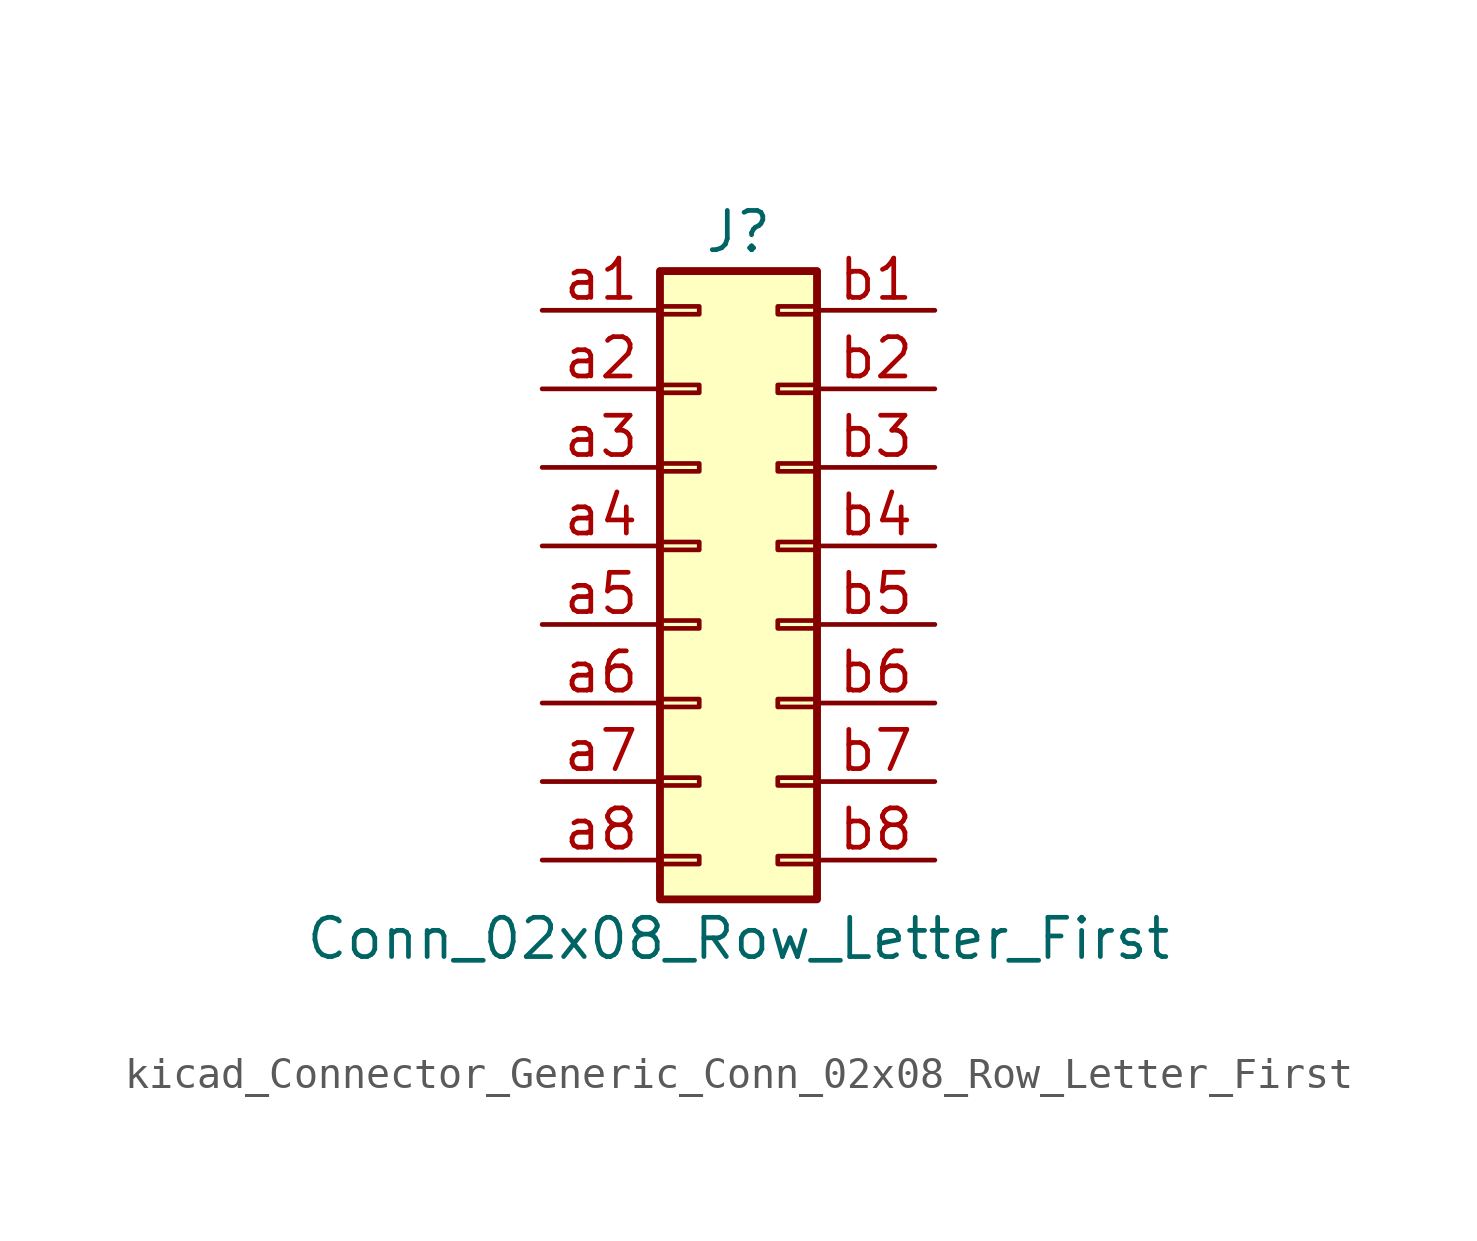
<source format=kicad_sym>
(kicad_symbol_lib
  (version 20220914)
  (generator kicad_symbol_editor)
  (symbol "kicad_Connector_Generic_Conn_02x08_Row_Letter_First"
    (pin_names
      (offset 1.016) hide)
    (property "Reference" "J"
      (at 1.27 10.16 0)
      (effects (font (size 1.27 1.27))))
    (property "Value" "Conn_02x08_Row_Letter_First"
      (at 1.27 -12.7 0)
      (effects (font (size 1.27 1.27))))
    (symbol "kicad_Connector_Generic_Conn_02x08_Row_Letter_First_1_1"
      (rectangle (start -1.27 -10.033) (end 0 -10.287) (stroke (width 0.152) (type default)) (fill (type none)))
      (rectangle (start -1.27 -7.493) (end 0 -7.747) (stroke (width 0.152) (type default)) (fill (type none)))
      (rectangle (start -1.27 -4.953) (end 0 -5.207) (stroke (width 0.152) (type default)) (fill (type none)))
      (rectangle (start -1.27 -2.413) (end 0 -2.667) (stroke (width 0.152) (type default)) (fill (type none)))
      (rectangle (start -1.27 0.127) (end 0 -0.127) (stroke (width 0.152) (type default)) (fill (type none)))
      (rectangle (start -1.27 2.667) (end 0 2.413) (stroke (width 0.152) (type default)) (fill (type none)))
      (rectangle (start -1.27 5.207) (end 0 4.953) (stroke (width 0.152) (type default)) (fill (type none)))
      (rectangle (start -1.27 7.747) (end 0 7.493) (stroke (width 0.152) (type default)) (fill (type none)))
      (rectangle (start -1.27 8.89) (end 3.81 -11.43) (stroke (width 0.254) (type default)) (fill (type background)))
      (rectangle (start 3.81 -10.033) (end 2.54 -10.287) (stroke (width 0.152) (type default)) (fill (type none)))
      (rectangle (start 3.81 -7.493) (end 2.54 -7.747) (stroke (width 0.152) (type default)) (fill (type none)))
      (rectangle (start 3.81 -4.953) (end 2.54 -5.207) (stroke (width 0.152) (type default)) (fill (type none)))
      (rectangle (start 3.81 -2.413) (end 2.54 -2.667) (stroke (width 0.152) (type default)) (fill (type none)))
      (rectangle (start 3.81 0.127) (end 2.54 -0.127) (stroke (width 0.152) (type default)) (fill (type none)))
      (rectangle (start 3.81 2.667) (end 2.54 2.413) (stroke (width 0.152) (type default)) (fill (type none)))
      (rectangle (start 3.81 5.207) (end 2.54 4.953) (stroke (width 0.152) (type default)) (fill (type none)))
      (rectangle (start 3.81 7.747) (end 2.54 7.493) (stroke (width 0.152) (type default)) (fill (type none)))
      (pin passive line (at -5.08 7.62 0) (length 3.81) (name "Pin_a1" (effects (font (size 1.27 1.27)))) (number "a1" (effects (font (size 1.27 1.27)))))
      (pin passive line (at -5.08 5.08 0) (length 3.81) (name "Pin_a2" (effects (font (size 1.27 1.27)))) (number "a2" (effects (font (size 1.27 1.27)))))
      (pin passive line (at -5.08 2.54 0) (length 3.81) (name "Pin_a3" (effects (font (size 1.27 1.27)))) (number "a3" (effects (font (size 1.27 1.27)))))
      (pin passive line (at -5.08 0 0) (length 3.81) (name "Pin_a4" (effects (font (size 1.27 1.27)))) (number "a4" (effects (font (size 1.27 1.27)))))
      (pin passive line (at -5.08 -2.54 0) (length 3.81) (name "Pin_a5" (effects (font (size 1.27 1.27)))) (number "a5" (effects (font (size 1.27 1.27)))))
      (pin passive line (at -5.08 -5.08 0) (length 3.81) (name "Pin_a6" (effects (font (size 1.27 1.27)))) (number "a6" (effects (font (size 1.27 1.27)))))
      (pin passive line (at -5.08 -7.62 0) (length 3.81) (name "Pin_a7" (effects (font (size 1.27 1.27)))) (number "a7" (effects (font (size 1.27 1.27)))))
      (pin passive line (at -5.08 -10.16 0) (length 3.81) (name "Pin_a8" (effects (font (size 1.27 1.27)))) (number "a8" (effects (font (size 1.27 1.27)))))
      (pin passive line (at 7.62 7.62 180) (length 3.81) (name "Pin_b1" (effects (font (size 1.27 1.27)))) (number "b1" (effects (font (size 1.27 1.27)))))
      (pin passive line (at 7.62 5.08 180) (length 3.81) (name "Pin_b2" (effects (font (size 1.27 1.27)))) (number "b2" (effects (font (size 1.27 1.27)))))
      (pin passive line (at 7.62 2.54 180) (length 3.81) (name "Pin_b3" (effects (font (size 1.27 1.27)))) (number "b3" (effects (font (size 1.27 1.27)))))
      (pin passive line (at 7.62 0 180) (length 3.81) (name "Pin_b4" (effects (font (size 1.27 1.27)))) (number "b4" (effects (font (size 1.27 1.27)))))
      (pin passive line (at 7.62 -2.54 180) (length 3.81) (name "Pin_b5" (effects (font (size 1.27 1.27)))) (number "b5" (effects (font (size 1.27 1.27)))))
      (pin passive line (at 7.62 -5.08 180) (length 3.81) (name "Pin_b6" (effects (font (size 1.27 1.27)))) (number "b6" (effects (font (size 1.27 1.27)))))
      (pin passive line (at 7.62 -7.62 180) (length 3.81) (name "Pin_b7" (effects (font (size 1.27 1.27)))) (number "b7" (effects (font (size 1.27 1.27)))))
      (pin passive line (at 7.62 -10.16 180) (length 3.81) (name "Pin_b8" (effects (font (size 1.27 1.27)))) (number "b8" (effects (font (size 1.27 1.27))))))))
</source>
